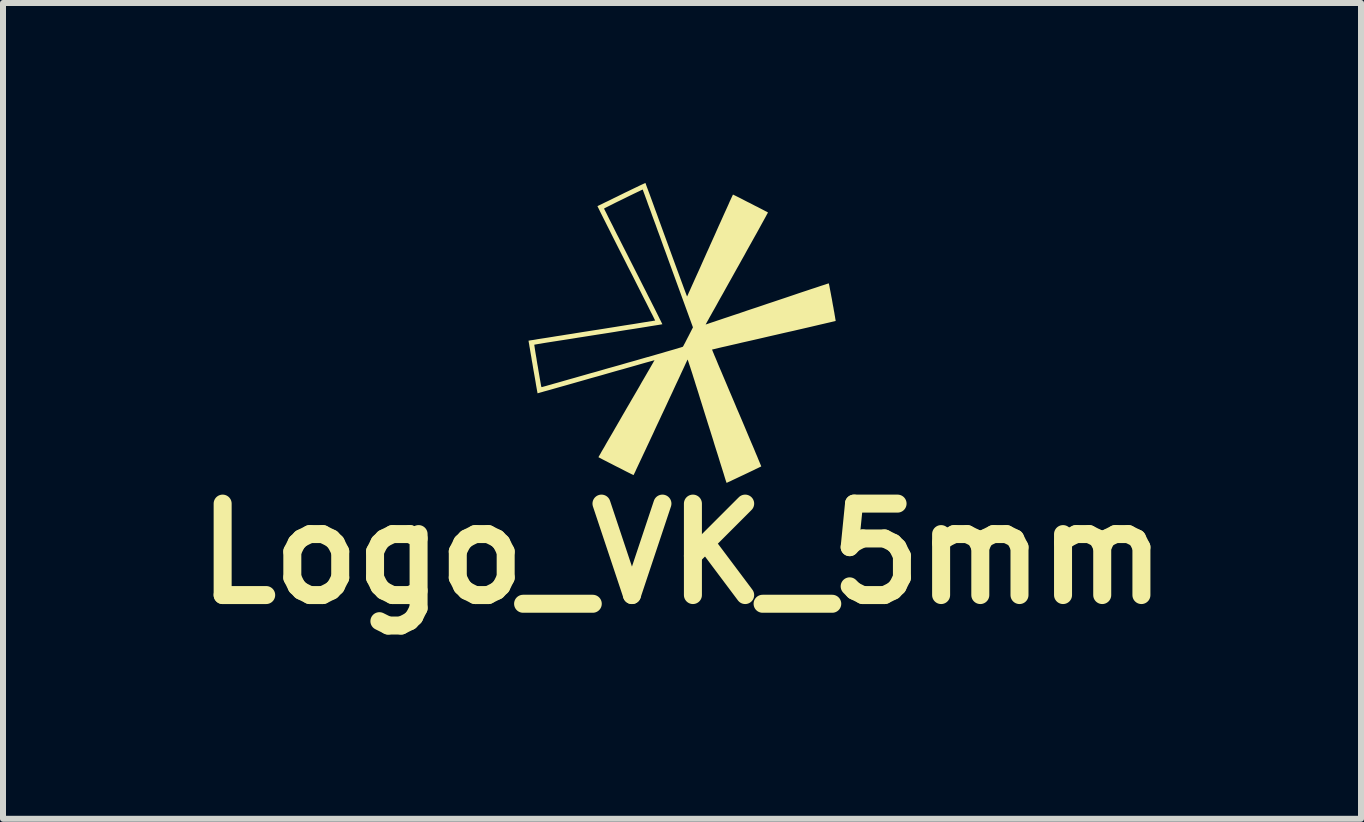
<source format=kicad_pcb>
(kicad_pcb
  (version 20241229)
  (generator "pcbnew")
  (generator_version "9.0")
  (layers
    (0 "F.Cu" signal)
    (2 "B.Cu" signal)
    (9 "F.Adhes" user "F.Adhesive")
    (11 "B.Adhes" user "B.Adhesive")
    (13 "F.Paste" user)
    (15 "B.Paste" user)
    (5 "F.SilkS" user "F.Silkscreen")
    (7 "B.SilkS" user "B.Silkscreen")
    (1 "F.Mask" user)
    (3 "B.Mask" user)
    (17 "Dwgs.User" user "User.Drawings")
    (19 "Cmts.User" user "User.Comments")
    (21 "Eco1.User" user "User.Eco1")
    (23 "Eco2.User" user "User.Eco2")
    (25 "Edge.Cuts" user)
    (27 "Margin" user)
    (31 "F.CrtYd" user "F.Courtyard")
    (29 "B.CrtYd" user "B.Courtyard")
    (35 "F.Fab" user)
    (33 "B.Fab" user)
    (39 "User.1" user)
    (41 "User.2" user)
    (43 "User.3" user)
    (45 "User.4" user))
  (footprint "Logo_VK_5mm"
    (layer "F.Cu")
    (at 8.317 2.495)
    (property "Reference" "Logo_VK_5mm" (at 0 3.683 0) (layer "F.SilkS") (effects (font (size 1.524 1.524) (thickness 0.3))))
    (attr board_only exclude_from_pos_files exclude_from_bom)
    (fp_poly (pts (xy -0.608 -2.49) (xy -0.603 -2.477) (xy -0.596 -2.456) (xy -0.585 -2.427) (xy -0.572 -2.392) (xy -0.556 -2.349) (xy -0.538 -2.301) (xy -0.518 -2.246) (xy -0.496 -2.186) (xy -0.472 -2.12) (xy -0.447 -2.05) (xy -0.419 -1.975) (xy -0.391 -1.897) (xy -0.361 -1.815) (xy -0.33 -1.73) (xy -0.298 -1.642) (xy -0.265 -1.552) (xy -0.263 -1.546) (xy -0.23 -1.456) (xy -0.198 -1.368) (xy -0.167 -1.283) (xy -0.137 -1.201) (xy -0.108 -1.122) (xy -0.081 -1.048) (xy -0.055 -0.978) (xy -0.031 -0.912) (xy -0.009 -0.852) (xy 0.011 -0.798) (xy 0.029 -0.749) (xy 0.045 -0.706) (xy 0.058 -0.671) (xy 0.069 -0.642) (xy 0.077 -0.621) (xy 0.082 -0.608) (xy 0.084 -0.603) (xy 0.084 -0.603) (xy 0.086 -0.608) (xy 0.092 -0.62) (xy 0.101 -0.64) (xy 0.113 -0.668) (xy 0.129 -0.702) (xy 0.147 -0.743) (xy 0.168 -0.79) (xy 0.192 -0.843) (xy 0.218 -0.901) (xy 0.246 -0.963) (xy 0.277 -1.031) (xy 0.309 -1.102) (xy 0.342 -1.177) (xy 0.377 -1.255) (xy 0.413 -1.336) (xy 0.451 -1.419) (xy 0.466 -1.454) (xy 0.504 -1.538) (xy 0.541 -1.62) (xy 0.576 -1.699) (xy 0.61 -1.776) (xy 0.643 -1.848) (xy 0.674 -1.917) (xy 0.703 -1.982) (xy 0.73 -2.041) (xy 0.755 -2.096) (xy 0.777 -2.145) (xy 0.796 -2.189) (xy 0.813 -2.225) (xy 0.827 -2.256) (xy 0.838 -2.279) (xy 0.845 -2.294) (xy 0.849 -2.302) (xy 0.849 -2.302) (xy 0.854 -2.3) (xy 0.866 -2.294) (xy 0.885 -2.285) (xy 0.909 -2.273) (xy 0.939 -2.258) (xy 0.973 -2.241) (xy 1.01 -2.222) (xy 1.05 -2.201) (xy 1.091 -2.18) (xy 1.134 -2.159) (xy 1.176 -2.137) (xy 1.218 -2.115) (xy 1.259 -2.095) (xy 1.297 -2.075) (xy 1.332 -2.057) (xy 1.363 -2.041) (xy 1.389 -2.027) (xy 1.41 -2.017) (xy 1.424 -2.009) (xy 1.431 -2.005) (xy 1.432 -2.005) (xy 1.43 -2) (xy 1.424 -1.988) (xy 1.413 -1.969) (xy 1.399 -1.942) (xy 1.381 -1.909) (xy 1.359 -1.869) (xy 1.334 -1.824) (xy 1.306 -1.773) (xy 1.275 -1.716) (xy 1.241 -1.655) (xy 1.204 -1.589) (xy 1.165 -1.519) (xy 1.124 -1.446) (xy 1.081 -1.369) (xy 1.037 -1.288) (xy 0.99 -1.205) (xy 0.943 -1.12) (xy 0.914 -1.069) (xy 0.866 -0.983) (xy 0.819 -0.899) (xy 0.773 -0.817) (xy 0.729 -0.738) (xy 0.687 -0.662) (xy 0.646 -0.59) (xy 0.608 -0.522) (xy 0.573 -0.458) (xy 0.54 -0.399) (xy 0.509 -0.345) (xy 0.482 -0.296) (xy 0.458 -0.254) (xy 0.438 -0.217) (xy 0.421 -0.187) (xy 0.408 -0.163) (xy 0.399 -0.147) (xy 0.394 -0.138) (xy 0.393 -0.137) (xy 0.398 -0.138) (xy 0.411 -0.142) (xy 0.432 -0.149) (xy 0.46 -0.159) (xy 0.496 -0.171) (xy 0.539 -0.185) (xy 0.588 -0.202) (xy 0.643 -0.22) (xy 0.704 -0.241) (xy 0.771 -0.263) (xy 0.842 -0.287) (xy 0.918 -0.312) (xy 0.998 -0.339) (xy 1.082 -0.368) (xy 1.169 -0.397) (xy 1.26 -0.427) (xy 1.352 -0.458) (xy 1.419 -0.481) (xy 1.513 -0.512) (xy 1.605 -0.543) (xy 1.695 -0.573) (xy 1.781 -0.602) (xy 1.864 -0.63) (xy 1.943 -0.657) (xy 2.018 -0.682) (xy 2.088 -0.705) (xy 2.153 -0.727) (xy 2.212 -0.746) (xy 2.266 -0.764) (xy 2.313 -0.78) (xy 2.354 -0.793) (xy 2.388 -0.804) (xy 2.414 -0.813) (xy 2.433 -0.819) (xy 2.444 -0.822) (xy 2.446 -0.823) (xy 2.447 -0.818) (xy 2.45 -0.804) (xy 2.455 -0.783) (xy 2.46 -0.756) (xy 2.466 -0.724) (xy 2.473 -0.687) (xy 2.481 -0.646) (xy 2.489 -0.602) (xy 2.498 -0.557) (xy 2.506 -0.51) (xy 2.514 -0.464) (xy 2.523 -0.418) (xy 2.53 -0.375) (xy 2.538 -0.334) (xy 2.544 -0.296) (xy 2.55 -0.263) (xy 2.554 -0.236) (xy 2.558 -0.215) (xy 2.56 -0.201) (xy 2.56 -0.196) (xy 2.56 -0.196) (xy 2.555 -0.194) (xy 2.542 -0.191) (xy 2.52 -0.186) (xy 2.49 -0.179) (xy 2.453 -0.17) (xy 2.409 -0.16) (xy 2.358 -0.148) (xy 2.301 -0.135) (xy 2.238 -0.12) (xy 2.17 -0.104) (xy 2.097 -0.087) (xy 2.019 -0.069) (xy 1.937 -0.05) (xy 1.851 -0.03) (xy 1.761 -0.01) (xy 1.669 0.011) (xy 1.574 0.033) (xy 1.53 0.043) (xy 1.434 0.065) (xy 1.34 0.087) (xy 1.249 0.108) (xy 1.162 0.128) (xy 1.078 0.147) (xy 0.998 0.165) (xy 0.923 0.183) (xy 0.852 0.199) (xy 0.787 0.214) (xy 0.727 0.228) (xy 0.673 0.24) (xy 0.626 0.251) (xy 0.586 0.261) (xy 0.553 0.269) (xy 0.527 0.275) (xy 0.51 0.279) (xy 0.501 0.281) (xy 0.5 0.281) (xy 0.502 0.286) (xy 0.507 0.298) (xy 0.515 0.319) (xy 0.527 0.347) (xy 0.541 0.382) (xy 0.559 0.423) (xy 0.579 0.471) (xy 0.601 0.525) (xy 0.626 0.584) (xy 0.654 0.649) (xy 0.683 0.718) (xy 0.714 0.791) (xy 0.747 0.869) (xy 0.781 0.95) (xy 0.817 1.034) (xy 0.854 1.121) (xy 0.892 1.211) (xy 0.91 1.255) (xy 0.949 1.345) (xy 0.987 1.434) (xy 1.023 1.519) (xy 1.058 1.602) (xy 1.091 1.681) (xy 1.123 1.757) (xy 1.153 1.828) (xy 1.182 1.895) (xy 1.208 1.957) (xy 1.231 2.013) (xy 1.253 2.064) (xy 1.271 2.109) (xy 1.287 2.147) (xy 1.3 2.178) (xy 1.31 2.202) (xy 1.317 2.219) (xy 1.32 2.227) (xy 1.32 2.228) (xy 1.315 2.231) (xy 1.303 2.237) (xy 1.284 2.246) (xy 1.26 2.258) (xy 1.23 2.272) (xy 1.196 2.289) (xy 1.158 2.307) (xy 1.118 2.326) (xy 1.076 2.346) (xy 1.034 2.366) (xy 0.991 2.386) (xy 0.949 2.406) (xy 0.909 2.425) (xy 0.871 2.443) (xy 0.837 2.459) (xy 0.807 2.474) (xy 0.781 2.485) (xy 0.762 2.494) (xy 0.749 2.5) (xy 0.744 2.503) (xy 0.743 2.503) (xy 0.741 2.499) (xy 0.737 2.487) (xy 0.731 2.47) (xy 0.724 2.449) (xy 0.723 2.446) (xy 0.72 2.436) (xy 0.714 2.417) (xy 0.706 2.391) (xy 0.696 2.357) (xy 0.683 2.316) (xy 0.668 2.268) (xy 0.651 2.214) (xy 0.632 2.154) (xy 0.612 2.088) (xy 0.59 2.018) (xy 0.566 1.943) (xy 0.541 1.864) (xy 0.516 1.781) (xy 0.489 1.695) (xy 0.461 1.606) (xy 0.432 1.515) (xy 0.403 1.422) (xy 0.4 1.413) (xy 0.365 1.301) (xy 0.333 1.198) (xy 0.303 1.103) (xy 0.276 1.015) (xy 0.251 0.936) (xy 0.228 0.864) (xy 0.208 0.799) (xy 0.189 0.74) (xy 0.173 0.688) (xy 0.158 0.642) (xy 0.145 0.602) (xy 0.134 0.567) (xy 0.124 0.538) (xy 0.116 0.513) (xy 0.109 0.493) (xy 0.104 0.477) (xy 0.099 0.464) (xy 0.096 0.456) (xy 0.093 0.45) (xy 0.092 0.448) (xy 0.091 0.448) (xy 0.086 0.46) (xy 0.077 0.48) (xy 0.064 0.507) (xy 0.049 0.54) (xy 0.031 0.579) (xy 0.01 0.624) (xy -0.014 0.675) (xy -0.039 0.73) (xy -0.067 0.79) (xy -0.097 0.853) (xy -0.128 0.92) (xy -0.16 0.99) (xy -0.194 1.062) (xy -0.229 1.137) (xy -0.264 1.213) (xy -0.3 1.29) (xy -0.337 1.368) (xy -0.373 1.446) (xy -0.41 1.524) (xy -0.446 1.601) (xy -0.481 1.678) (xy -0.516 1.752) (xy -0.55 1.825) (xy -0.583 1.895) (xy -0.614 1.962) (xy -0.644 2.025) (xy -0.672 2.085) (xy -0.698 2.14) (xy -0.722 2.191) (xy -0.743 2.236) (xy -0.762 2.276) (xy -0.777 2.31) (xy -0.79 2.337) (xy -0.8 2.356) (xy -0.806 2.369) (xy -0.808 2.373) (xy -0.808 2.373) (xy -0.813 2.371) (xy -0.825 2.365) (xy -0.844 2.356) (xy -0.868 2.344) (xy -0.898 2.329) (xy -0.932 2.312) (xy -0.969 2.293) (xy -1.009 2.272) (xy -1.05 2.251) (xy -1.093 2.23) (xy -1.136 2.208) (xy -1.178 2.186) (xy -1.218 2.166) (xy -1.256 2.146) (xy -1.292 2.128) (xy -1.323 2.112) (xy -1.349 2.098) (xy -1.37 2.087) (xy -1.385 2.079) (xy -1.393 2.075) (xy -1.393 2.074) (xy -1.391 2.07) (xy -1.384 2.058) (xy -1.373 2.039) (xy -1.358 2.013) (xy -1.34 1.98) (xy -1.317 1.941) (xy -1.291 1.897) (xy -1.263 1.847) (xy -1.231 1.792) (xy -1.196 1.732) (xy -1.159 1.669) (xy -1.12 1.601) (xy -1.079 1.53) (xy -1.036 1.456) (xy -0.992 1.379) (xy -0.946 1.3) (xy -0.926 1.265) (xy -0.879 1.185) (xy -0.834 1.107) (xy -0.79 1.032) (xy -0.748 0.96) (xy -0.708 0.891) (xy -0.671 0.825) (xy -0.635 0.764) (xy -0.602 0.707) (xy -0.572 0.655) (xy -0.545 0.609) (xy -0.521 0.567) (xy -0.501 0.532) (xy -0.484 0.503) (xy -0.472 0.481) (xy -0.463 0.466) (xy -0.459 0.459) (xy -0.459 0.458) (xy -0.463 0.459) (xy -0.476 0.463) (xy -0.497 0.469) (xy -0.526 0.477) (xy -0.562 0.487) (xy -0.606 0.499) (xy -0.655 0.513) (xy -0.711 0.529) (xy -0.773 0.547) (xy -0.84 0.566) (xy -0.911 0.586) (xy -0.987 0.608) (xy -1.068 0.63) (xy -1.152 0.654) (xy -1.239 0.679) (xy -1.329 0.705) (xy -1.421 0.731) (xy -1.433 0.734) (xy -1.526 0.76) (xy -1.616 0.786) (xy -1.704 0.811) (xy -1.788 0.835) (xy -1.869 0.858) (xy -1.946 0.88) (xy -2.018 0.9) (xy -2.085 0.919) (xy -2.148 0.937) (xy -2.204 0.953) (xy -2.255 0.967) (xy -2.299 0.979) (xy -2.336 0.99) (xy -2.366 0.998) (xy -2.388 1.005) (xy -2.402 1.008) (xy -2.408 1.01) (xy -2.408 1.01) (xy -2.409 1.005) (xy -2.411 0.992) (xy -2.415 0.971) (xy -2.42 0.944) (xy -2.426 0.91) (xy -2.433 0.871) (xy -2.44 0.827) (xy -2.448 0.78) (xy -2.457 0.729) (xy -2.466 0.677) (xy -2.476 0.622) (xy -2.485 0.568) (xy -2.494 0.513) (xy -2.504 0.459) (xy -2.512 0.406) (xy -2.521 0.356) (xy -2.529 0.309) (xy -2.536 0.266) (xy -2.543 0.228) (xy -2.547 0.201) (xy -2.462 0.201) (xy -2.462 0.205) (xy -2.46 0.219) (xy -2.457 0.239) (xy -2.453 0.266) (xy -2.448 0.299) (xy -2.442 0.337) (xy -2.435 0.379) (xy -2.427 0.424) (xy -2.42 0.471) (xy -2.412 0.52) (xy -2.403 0.569) (xy -2.395 0.618) (xy -2.387 0.665) (xy -2.379 0.711) (xy -2.372 0.754) (xy -2.365 0.793) (xy -2.359 0.827) (xy -2.354 0.856) (xy -2.35 0.879) (xy -2.347 0.894) (xy -2.346 0.898) (xy -2.341 0.906) (xy -2.336 0.907) (xy -2.33 0.905) (xy -2.317 0.901) (xy -2.295 0.895) (xy -2.265 0.887) (xy -2.228 0.876) (xy -2.184 0.864) (xy -2.133 0.849) (xy -2.075 0.833) (xy -2.012 0.815) (xy -1.943 0.795) (xy -1.869 0.774) (xy -1.79 0.752) (xy -1.707 0.728) (xy -1.619 0.703) (xy -1.528 0.677) (xy -1.433 0.651) (xy -1.336 0.623) (xy -1.236 0.594) (xy -1.16 0.573) (xy -1.028 0.536) (xy -0.905 0.5) (xy -0.79 0.468) (xy -0.683 0.437) (xy -0.585 0.409) (xy -0.495 0.384) (xy -0.413 0.36) (xy -0.338 0.339) (xy -0.272 0.319) (xy -0.213 0.302) (xy -0.161 0.287) (xy -0.116 0.274) (xy -0.078 0.263) (xy -0.047 0.253) (xy -0.022 0.246) (xy -0.004 0.24) (xy 0.008 0.236) (xy 0.014 0.234) (xy 0.014 0.233) (xy 0.018 0.227) (xy 0.026 0.214) (xy 0.036 0.194) (xy 0.05 0.169) (xy 0.065 0.139) (xy 0.082 0.106) (xy 0.1 0.071) (xy 0.102 0.068) (xy 0.182 -0.089) (xy -0.236 -1.236) (xy -0.272 -1.336) (xy -0.308 -1.433) (xy -0.342 -1.528) (xy -0.375 -1.62) (xy -0.408 -1.708) (xy -0.438 -1.793) (xy -0.468 -1.873) (xy -0.496 -1.949) (xy -0.521 -2.02) (xy -0.546 -2.086) (xy -0.568 -2.146) (xy -0.587 -2.201) (xy -0.605 -2.249) (xy -0.62 -2.291) (xy -0.633 -2.325) (xy -0.643 -2.352) (xy -0.65 -2.372) (xy -0.654 -2.383) (xy -0.655 -2.386) (xy -0.66 -2.384) (xy -0.672 -2.379) (xy -0.691 -2.37) (xy -0.715 -2.358) (xy -0.745 -2.344) (xy -0.78 -2.327) (xy -0.818 -2.309) (xy -0.859 -2.289) (xy -0.902 -2.268) (xy -0.946 -2.246) (xy -0.991 -2.224) (xy -1.036 -2.202) (xy -1.08 -2.181) (xy -1.122 -2.16) (xy -1.161 -2.14) (xy -1.197 -2.122) (xy -1.229 -2.106) (xy -1.255 -2.093) (xy -1.277 -2.082) (xy -1.291 -2.074) (xy -1.299 -2.07) (xy -1.299 -2.069) (xy -1.298 -2.065) (xy -1.292 -2.052) (xy -1.282 -2.032) (xy -1.268 -2.005) (xy -1.251 -1.971) (xy -1.231 -1.93) (xy -1.208 -1.884) (xy -1.181 -1.831) (xy -1.152 -1.774) (xy -1.121 -1.711) (xy -1.087 -1.643) (xy -1.05 -1.572) (xy -1.012 -1.496) (xy -0.972 -1.417) (xy -0.93 -1.335) (xy -0.887 -1.25) (xy -0.843 -1.163) (xy -0.813 -1.104) (xy -0.768 -1.015) (xy -0.724 -0.929) (xy -0.682 -0.845) (xy -0.641 -0.764) (xy -0.601 -0.686) (xy -0.564 -0.612) (xy -0.528 -0.542) (xy -0.495 -0.476) (xy -0.464 -0.415) (xy -0.436 -0.359) (xy -0.411 -0.309) (xy -0.389 -0.265) (xy -0.37 -0.226) (xy -0.354 -0.195) (xy -0.342 -0.17) (xy -0.333 -0.153) (xy -0.329 -0.143) (xy -0.328 -0.141) (xy -0.333 -0.14) (xy -0.346 -0.138) (xy -0.368 -0.134) (xy -0.398 -0.129) (xy -0.436 -0.123) (xy -0.48 -0.116) (xy -0.532 -0.108) (xy -0.59 -0.098) (xy -0.653 -0.088) (xy -0.722 -0.077) (xy -0.797 -0.065) (xy -0.876 -0.053) (xy -0.959 -0.04) (xy -1.046 -0.026) (xy -1.136 -0.011) (xy -1.23 0.004) (xy -1.326 0.019) (xy -1.424 0.034) (xy -1.525 0.05) (xy -1.626 0.066) (xy -1.729 0.082) (xy -1.832 0.099) (xy -1.935 0.115) (xy -2.039 0.131) (xy -2.141 0.147) (xy -2.23 0.161) (xy -2.275 0.168) (xy -2.317 0.175) (xy -2.356 0.182) (xy -2.39 0.187) (xy -2.418 0.192) (xy -2.441 0.196) (xy -2.455 0.199) (xy -2.462 0.2) (xy -2.462 0.201) (xy -2.547 0.201) (xy -2.548 0.195) (xy -2.553 0.168) (xy -2.556 0.149) (xy -2.558 0.137) (xy -2.558 0.133) (xy -2.553 0.132) (xy -2.54 0.13) (xy -2.518 0.126) (xy -2.488 0.122) (xy -2.451 0.116) (xy -2.406 0.108) (xy -2.355 0.1) (xy -2.297 0.091) (xy -2.233 0.081) (xy -2.164 0.07) (xy -2.09 0.058) (xy -2.011 0.046) (xy -1.927 0.032) (xy -1.84 0.019) (xy -1.749 0.004) (xy -1.656 -0.011) (xy -1.559 -0.026) (xy -1.503 -0.035) (xy -1.405 -0.05) (xy -1.31 -0.065) (xy -1.217 -0.08) (xy -1.128 -0.094) (xy -1.042 -0.108) (xy -0.961 -0.121) (xy -0.884 -0.133) (xy -0.812 -0.144) (xy -0.745 -0.155) (xy -0.684 -0.165) (xy -0.629 -0.174) (xy -0.58 -0.181) (xy -0.539 -0.188) (xy -0.504 -0.193) (xy -0.478 -0.198) (xy -0.459 -0.201) (xy -0.45 -0.202) (xy -0.448 -0.203) (xy -0.45 -0.207) (xy -0.456 -0.219) (xy -0.466 -0.239) (xy -0.479 -0.266) (xy -0.496 -0.3) (xy -0.517 -0.34) (xy -0.54 -0.386) (xy -0.566 -0.438) (xy -0.595 -0.496) (xy -0.627 -0.558) (xy -0.661 -0.625) (xy -0.697 -0.697) (xy -0.735 -0.772) (xy -0.775 -0.851) (xy -0.816 -0.933) (xy -0.859 -1.017) (xy -0.904 -1.104) (xy -0.93 -1.156) (xy -0.975 -1.245) (xy -1.019 -1.331) (xy -1.061 -1.414) (xy -1.102 -1.495) (xy -1.141 -1.572) (xy -1.178 -1.646) (xy -1.213 -1.716) (xy -1.246 -1.781) (xy -1.276 -1.841) (xy -1.304 -1.896) (xy -1.329 -1.946) (xy -1.351 -1.99) (xy -1.37 -2.028) (xy -1.385 -2.059) (xy -1.397 -2.083) (xy -1.405 -2.099) (xy -1.409 -2.108) (xy -1.409 -2.11) (xy -1.405 -2.112) (xy -1.392 -2.118) (xy -1.372 -2.128) (xy -1.346 -2.14) (xy -1.314 -2.156) (xy -1.276 -2.175) (xy -1.233 -2.195) (xy -1.186 -2.218) (xy -1.136 -2.243) (xy -1.082 -2.269) (xy -1.026 -2.297) (xy -1.009 -2.305) (xy -0.953 -2.333) (xy -0.898 -2.359) (xy -0.847 -2.384) (xy -0.799 -2.407) (xy -0.755 -2.428) (xy -0.716 -2.447) (xy -0.682 -2.463) (xy -0.654 -2.476) (xy -0.632 -2.486) (xy -0.618 -2.492) (xy -0.611 -2.495) (xy -0.61 -2.495)) (stroke (width 0) (type solid)) (fill yes) (layer "F.SilkS")))
  (gr_rect
    (start -3 -3)
    (end 19.633 10.596)
    (stroke (width 0.1) (type default))
    (fill no)
    (layer "Edge.Cuts")))
</source>
